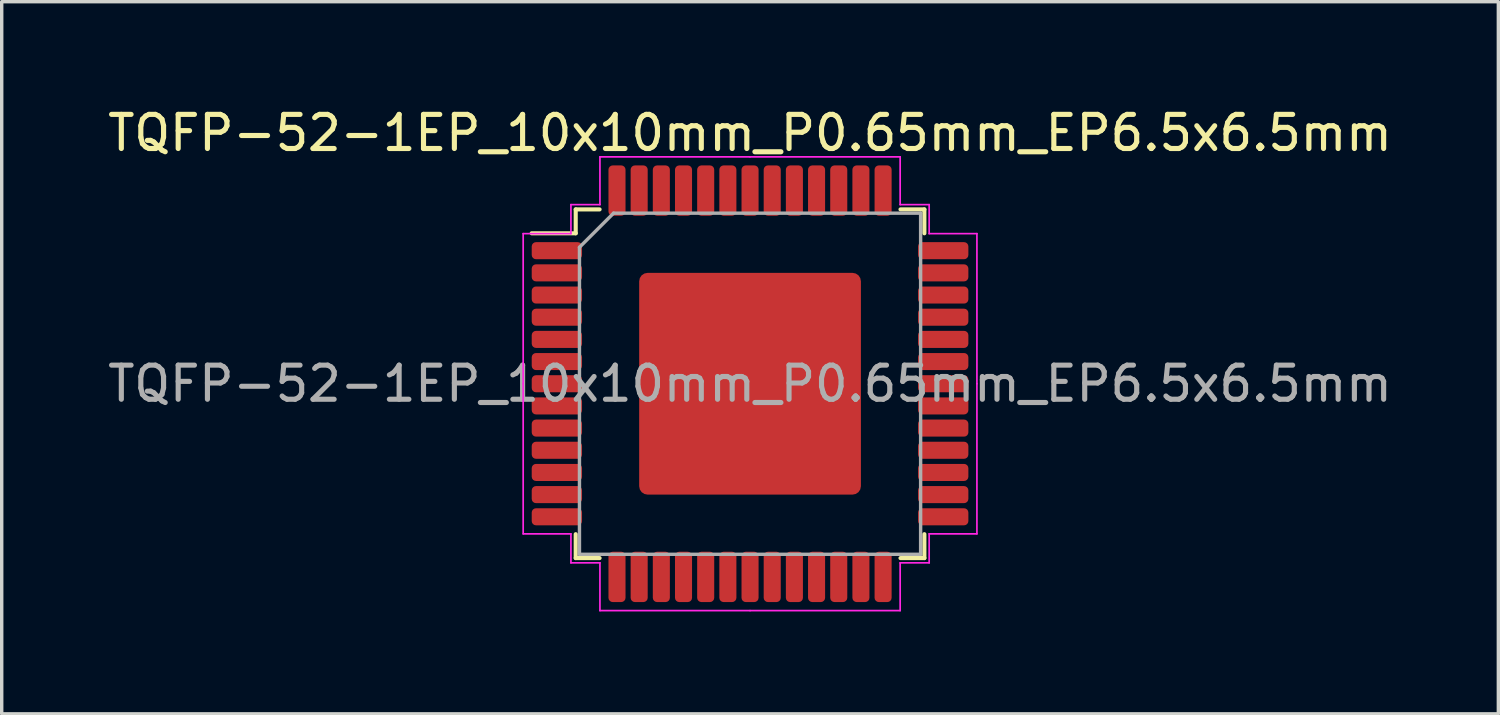
<source format=kicad_pcb>
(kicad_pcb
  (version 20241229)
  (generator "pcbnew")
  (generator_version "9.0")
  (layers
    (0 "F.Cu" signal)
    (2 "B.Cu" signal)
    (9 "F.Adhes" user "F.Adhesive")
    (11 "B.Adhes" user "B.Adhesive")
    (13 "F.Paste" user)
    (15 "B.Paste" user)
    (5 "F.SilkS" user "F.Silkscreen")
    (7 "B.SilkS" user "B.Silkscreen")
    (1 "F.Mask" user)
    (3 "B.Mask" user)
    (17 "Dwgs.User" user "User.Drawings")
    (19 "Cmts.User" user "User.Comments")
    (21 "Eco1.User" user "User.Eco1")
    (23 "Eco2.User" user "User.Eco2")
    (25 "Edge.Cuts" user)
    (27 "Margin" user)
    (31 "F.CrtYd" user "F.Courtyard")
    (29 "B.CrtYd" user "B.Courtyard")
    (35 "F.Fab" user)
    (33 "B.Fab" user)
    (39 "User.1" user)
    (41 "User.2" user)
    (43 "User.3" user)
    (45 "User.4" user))
  (footprint "TQFP-52-1EP_10x10mm_P0.65mm_EP6.5x6.5mm"
    (layer "F.Cu")
    (at 18.935 8.198)
    (property "Reference" "TQFP-52-1EP_10x10mm_P0.65mm_EP6.5x6.5mm" (at 0 -7.35 0) (layer "F.SilkS") (effects (font (size 1 1) (thickness 0.15))))
    (attr smd)
    (fp_line (start -5.11 -5.11) (end -5.11 -4.41) (stroke (width 0.12) (type solid)) (layer "F.SilkS"))
    (fp_line (start -5.11 -4.41) (end -6.4 -4.41) (stroke (width 0.12) (type solid)) (layer "F.SilkS"))
    (fp_line (start -5.11 5.11) (end -5.11 4.41) (stroke (width 0.12) (type solid)) (layer "F.SilkS"))
    (fp_line (start -4.41 -5.11) (end -5.11 -5.11) (stroke (width 0.12) (type solid)) (layer "F.SilkS"))
    (fp_line (start -4.41 5.11) (end -5.11 5.11) (stroke (width 0.12) (type solid)) (layer "F.SilkS"))
    (fp_line (start 4.41 -5.11) (end 5.11 -5.11) (stroke (width 0.12) (type solid)) (layer "F.SilkS"))
    (fp_line (start 4.41 5.11) (end 5.11 5.11) (stroke (width 0.12) (type solid)) (layer "F.SilkS"))
    (fp_line (start 5.11 -5.11) (end 5.11 -4.41) (stroke (width 0.12) (type solid)) (layer "F.SilkS"))
    (fp_line (start 5.11 5.11) (end 5.11 4.41) (stroke (width 0.12) (type solid)) (layer "F.SilkS"))
    (fp_line (start -6.65 -4.4) (end -6.65 0) (stroke (width 0.05) (type solid)) (layer "F.CrtYd"))
    (fp_line (start -6.65 4.4) (end -6.65 0) (stroke (width 0.05) (type solid)) (layer "F.CrtYd"))
    (fp_line (start -5.25 -5.25) (end -5.25 -4.4) (stroke (width 0.05) (type solid)) (layer "F.CrtYd"))
    (fp_line (start -5.25 -4.4) (end -6.65 -4.4) (stroke (width 0.05) (type solid)) (layer "F.CrtYd"))
    (fp_line (start -5.25 4.4) (end -6.65 4.4) (stroke (width 0.05) (type solid)) (layer "F.CrtYd"))
    (fp_line (start -5.25 5.25) (end -5.25 4.4) (stroke (width 0.05) (type solid)) (layer "F.CrtYd"))
    (fp_line (start -4.4 -6.65) (end -4.4 -5.25) (stroke (width 0.05) (type solid)) (layer "F.CrtYd"))
    (fp_line (start -4.4 -5.25) (end -5.25 -5.25) (stroke (width 0.05) (type solid)) (layer "F.CrtYd"))
    (fp_line (start -4.4 5.25) (end -5.25 5.25) (stroke (width 0.05) (type solid)) (layer "F.CrtYd"))
    (fp_line (start -4.4 6.65) (end -4.4 5.25) (stroke (width 0.05) (type solid)) (layer "F.CrtYd"))
    (fp_line (start 0 -6.65) (end -4.4 -6.65) (stroke (width 0.05) (type solid)) (layer "F.CrtYd"))
    (fp_line (start 0 -6.65) (end 4.4 -6.65) (stroke (width 0.05) (type solid)) (layer "F.CrtYd"))
    (fp_line (start 0 6.65) (end -4.4 6.65) (stroke (width 0.05) (type solid)) (layer "F.CrtYd"))
    (fp_line (start 0 6.65) (end 4.4 6.65) (stroke (width 0.05) (type solid)) (layer "F.CrtYd"))
    (fp_line (start 4.4 -6.65) (end 4.4 -5.25) (stroke (width 0.05) (type solid)) (layer "F.CrtYd"))
    (fp_line (start 4.4 -5.25) (end 5.25 -5.25) (stroke (width 0.05) (type solid)) (layer "F.CrtYd"))
    (fp_line (start 4.4 5.25) (end 5.25 5.25) (stroke (width 0.05) (type solid)) (layer "F.CrtYd"))
    (fp_line (start 4.4 6.65) (end 4.4 5.25) (stroke (width 0.05) (type solid)) (layer "F.CrtYd"))
    (fp_line (start 5.25 -5.25) (end 5.25 -4.4) (stroke (width 0.05) (type solid)) (layer "F.CrtYd"))
    (fp_line (start 5.25 -4.4) (end 6.65 -4.4) (stroke (width 0.05) (type solid)) (layer "F.CrtYd"))
    (fp_line (start 5.25 4.4) (end 6.65 4.4) (stroke (width 0.05) (type solid)) (layer "F.CrtYd"))
    (fp_line (start 5.25 5.25) (end 5.25 4.4) (stroke (width 0.05) (type solid)) (layer "F.CrtYd"))
    (fp_line (start 6.65 -4.4) (end 6.65 0) (stroke (width 0.05) (type solid)) (layer "F.CrtYd"))
    (fp_line (start 6.65 4.4) (end 6.65 0) (stroke (width 0.05) (type solid)) (layer "F.CrtYd"))
    (fp_line (start -5 -4) (end -4 -5) (stroke (width 0.1) (type solid)) (layer "F.Fab"))
    (fp_line (start -5 5) (end -5 -4) (stroke (width 0.1) (type solid)) (layer "F.Fab"))
    (fp_line (start -4 -5) (end 5 -5) (stroke (width 0.1) (type solid)) (layer "F.Fab"))
    (fp_line (start 5 -5) (end 5 5) (stroke (width 0.1) (type solid)) (layer "F.Fab"))
    (fp_line (start 5 5) (end -5 5) (stroke (width 0.1) (type solid)) (layer "F.Fab"))
    (fp_text user "${REFERENCE}" (at 0 0 0) (layer "F.Fab") (effects (font (size 1 1) (thickness 0.15))))
    (pad "" smd roundrect (at -2.6 -2.6) (size 1.05 1.05) (layers "F.Paste") (roundrect_rratio 0.238))
    (pad "" smd roundrect (at -2.6 -1.3) (size 1.05 1.05) (layers "F.Paste") (roundrect_rratio 0.238))
    (pad "" smd roundrect (at -2.6 0) (size 1.05 1.05) (layers "F.Paste") (roundrect_rratio 0.238))
    (pad "" smd roundrect (at -2.6 1.3) (size 1.05 1.05) (layers "F.Paste") (roundrect_rratio 0.238))
    (pad "" smd roundrect (at -2.6 2.6) (size 1.05 1.05) (layers "F.Paste") (roundrect_rratio 0.238))
    (pad "" smd roundrect (at -1.3 -2.6) (size 1.05 1.05) (layers "F.Paste") (roundrect_rratio 0.238))
    (pad "" smd roundrect (at -1.3 -1.3) (size 1.05 1.05) (layers "F.Paste") (roundrect_rratio 0.238))
    (pad "" smd roundrect (at -1.3 0) (size 1.05 1.05) (layers "F.Paste") (roundrect_rratio 0.238))
    (pad "" smd roundrect (at -1.3 1.3) (size 1.05 1.05) (layers "F.Paste") (roundrect_rratio 0.238))
    (pad "" smd roundrect (at -1.3 2.6) (size 1.05 1.05) (layers "F.Paste") (roundrect_rratio 0.238))
    (pad "" smd roundrect (at 0 -2.6) (size 1.05 1.05) (layers "F.Paste") (roundrect_rratio 0.238))
    (pad "" smd roundrect (at 0 -1.3) (size 1.05 1.05) (layers "F.Paste") (roundrect_rratio 0.238))
    (pad "" smd roundrect (at 0 0) (size 1.05 1.05) (layers "F.Paste") (roundrect_rratio 0.238))
    (pad "" smd roundrect (at 0 1.3) (size 1.05 1.05) (layers "F.Paste") (roundrect_rratio 0.238))
    (pad "" smd roundrect (at 0 2.6) (size 1.05 1.05) (layers "F.Paste") (roundrect_rratio 0.238))
    (pad "" smd roundrect (at 1.3 -2.6) (size 1.05 1.05) (layers "F.Paste") (roundrect_rratio 0.238))
    (pad "" smd roundrect (at 1.3 -1.3) (size 1.05 1.05) (layers "F.Paste") (roundrect_rratio 0.238))
    (pad "" smd roundrect (at 1.3 0) (size 1.05 1.05) (layers "F.Paste") (roundrect_rratio 0.238))
    (pad "" smd roundrect (at 1.3 1.3) (size 1.05 1.05) (layers "F.Paste") (roundrect_rratio 0.238))
    (pad "" smd roundrect (at 1.3 2.6) (size 1.05 1.05) (layers "F.Paste") (roundrect_rratio 0.238))
    (pad "" smd roundrect (at 2.6 -2.6) (size 1.05 1.05) (layers "F.Paste") (roundrect_rratio 0.238))
    (pad "" smd roundrect (at 2.6 -1.3) (size 1.05 1.05) (layers "F.Paste") (roundrect_rratio 0.238))
    (pad "" smd roundrect (at 2.6 0) (size 1.05 1.05) (layers "F.Paste") (roundrect_rratio 0.238))
    (pad "" smd roundrect (at 2.6 1.3) (size 1.05 1.05) (layers "F.Paste") (roundrect_rratio 0.238))
    (pad "" smd roundrect (at 2.6 2.6) (size 1.05 1.05) (layers "F.Paste") (roundrect_rratio 0.238))
    (pad "1" smd roundrect (at -5.662 -3.9) (size 1.475 0.5) (layers "F.Cu" "F.Mask" "F.Paste") (roundrect_rratio 0.25))
    (pad "2" smd roundrect (at -5.662 -3.25) (size 1.475 0.5) (layers "F.Cu" "F.Mask" "F.Paste") (roundrect_rratio 0.25))
    (pad "3" smd roundrect (at -5.662 -2.6) (size 1.475 0.5) (layers "F.Cu" "F.Mask" "F.Paste") (roundrect_rratio 0.25))
    (pad "4" smd roundrect (at -5.662 -1.95) (size 1.475 0.5) (layers "F.Cu" "F.Mask" "F.Paste") (roundrect_rratio 0.25))
    (pad "5" smd roundrect (at -5.662 -1.3) (size 1.475 0.5) (layers "F.Cu" "F.Mask" "F.Paste") (roundrect_rratio 0.25))
    (pad "6" smd roundrect (at -5.662 -0.65) (size 1.475 0.5) (layers "F.Cu" "F.Mask" "F.Paste") (roundrect_rratio 0.25))
    (pad "7" smd roundrect (at -5.662 0) (size 1.475 0.5) (layers "F.Cu" "F.Mask" "F.Paste") (roundrect_rratio 0.25))
    (pad "8" smd roundrect (at -5.662 0.65) (size 1.475 0.5) (layers "F.Cu" "F.Mask" "F.Paste") (roundrect_rratio 0.25))
    (pad "9" smd roundrect (at -5.662 1.3) (size 1.475 0.5) (layers "F.Cu" "F.Mask" "F.Paste") (roundrect_rratio 0.25))
    (pad "10" smd roundrect (at -5.662 1.95) (size 1.475 0.5) (layers "F.Cu" "F.Mask" "F.Paste") (roundrect_rratio 0.25))
    (pad "11" smd roundrect (at -5.662 2.6) (size 1.475 0.5) (layers "F.Cu" "F.Mask" "F.Paste") (roundrect_rratio 0.25))
    (pad "12" smd roundrect (at -5.662 3.25) (size 1.475 0.5) (layers "F.Cu" "F.Mask" "F.Paste") (roundrect_rratio 0.25))
    (pad "13" smd roundrect (at -5.662 3.9) (size 1.475 0.5) (layers "F.Cu" "F.Mask" "F.Paste") (roundrect_rratio 0.25))
    (pad "14" smd roundrect (at -3.9 5.662) (size 0.5 1.475) (layers "F.Cu" "F.Mask" "F.Paste") (roundrect_rratio 0.25))
    (pad "15" smd roundrect (at -3.25 5.662) (size 0.5 1.475) (layers "F.Cu" "F.Mask" "F.Paste") (roundrect_rratio 0.25))
    (pad "16" smd roundrect (at -2.6 5.662) (size 0.5 1.475) (layers "F.Cu" "F.Mask" "F.Paste") (roundrect_rratio 0.25))
    (pad "17" smd roundrect (at -1.95 5.662) (size 0.5 1.475) (layers "F.Cu" "F.Mask" "F.Paste") (roundrect_rratio 0.25))
    (pad "18" smd roundrect (at -1.3 5.662) (size 0.5 1.475) (layers "F.Cu" "F.Mask" "F.Paste") (roundrect_rratio 0.25))
    (pad "19" smd roundrect (at -0.65 5.662) (size 0.5 1.475) (layers "F.Cu" "F.Mask" "F.Paste") (roundrect_rratio 0.25))
    (pad "20" smd roundrect (at 0 5.662) (size 0.5 1.475) (layers "F.Cu" "F.Mask" "F.Paste") (roundrect_rratio 0.25))
    (pad "21" smd roundrect (at 0.65 5.662) (size 0.5 1.475) (layers "F.Cu" "F.Mask" "F.Paste") (roundrect_rratio 0.25))
    (pad "22" smd roundrect (at 1.3 5.662) (size 0.5 1.475) (layers "F.Cu" "F.Mask" "F.Paste") (roundrect_rratio 0.25))
    (pad "23" smd roundrect (at 1.95 5.662) (size 0.5 1.475) (layers "F.Cu" "F.Mask" "F.Paste") (roundrect_rratio 0.25))
    (pad "24" smd roundrect (at 2.6 5.662) (size 0.5 1.475) (layers "F.Cu" "F.Mask" "F.Paste") (roundrect_rratio 0.25))
    (pad "25" smd roundrect (at 3.25 5.662) (size 0.5 1.475) (layers "F.Cu" "F.Mask" "F.Paste") (roundrect_rratio 0.25))
    (pad "26" smd roundrect (at 3.9 5.662) (size 0.5 1.475) (layers "F.Cu" "F.Mask" "F.Paste") (roundrect_rratio 0.25))
    (pad "27" smd roundrect (at 5.662 3.9) (size 1.475 0.5) (layers "F.Cu" "F.Mask" "F.Paste") (roundrect_rratio 0.25))
    (pad "28" smd roundrect (at 5.662 3.25) (size 1.475 0.5) (layers "F.Cu" "F.Mask" "F.Paste") (roundrect_rratio 0.25))
    (pad "29" smd roundrect (at 5.662 2.6) (size 1.475 0.5) (layers "F.Cu" "F.Mask" "F.Paste") (roundrect_rratio 0.25))
    (pad "30" smd roundrect (at 5.662 1.95) (size 1.475 0.5) (layers "F.Cu" "F.Mask" "F.Paste") (roundrect_rratio 0.25))
    (pad "31" smd roundrect (at 5.662 1.3) (size 1.475 0.5) (layers "F.Cu" "F.Mask" "F.Paste") (roundrect_rratio 0.25))
    (pad "32" smd roundrect (at 5.662 0.65) (size 1.475 0.5) (layers "F.Cu" "F.Mask" "F.Paste") (roundrect_rratio 0.25))
    (pad "33" smd roundrect (at 5.662 0) (size 1.475 0.5) (layers "F.Cu" "F.Mask" "F.Paste") (roundrect_rratio 0.25))
    (pad "34" smd roundrect (at 5.662 -0.65) (size 1.475 0.5) (layers "F.Cu" "F.Mask" "F.Paste") (roundrect_rratio 0.25))
    (pad "35" smd roundrect (at 5.662 -1.3) (size 1.475 0.5) (layers "F.Cu" "F.Mask" "F.Paste") (roundrect_rratio 0.25))
    (pad "36" smd roundrect (at 5.662 -1.95) (size 1.475 0.5) (layers "F.Cu" "F.Mask" "F.Paste") (roundrect_rratio 0.25))
    (pad "37" smd roundrect (at 5.662 -2.6) (size 1.475 0.5) (layers "F.Cu" "F.Mask" "F.Paste") (roundrect_rratio 0.25))
    (pad "38" smd roundrect (at 5.662 -3.25) (size 1.475 0.5) (layers "F.Cu" "F.Mask" "F.Paste") (roundrect_rratio 0.25))
    (pad "39" smd roundrect (at 5.662 -3.9) (size 1.475 0.5) (layers "F.Cu" "F.Mask" "F.Paste") (roundrect_rratio 0.25))
    (pad "40" smd roundrect (at 3.9 -5.662) (size 0.5 1.475) (layers "F.Cu" "F.Mask" "F.Paste") (roundrect_rratio 0.25))
    (pad "41" smd roundrect (at 3.25 -5.662) (size 0.5 1.475) (layers "F.Cu" "F.Mask" "F.Paste") (roundrect_rratio 0.25))
    (pad "42" smd roundrect (at 2.6 -5.662) (size 0.5 1.475) (layers "F.Cu" "F.Mask" "F.Paste") (roundrect_rratio 0.25))
    (pad "43" smd roundrect (at 1.95 -5.662) (size 0.5 1.475) (layers "F.Cu" "F.Mask" "F.Paste") (roundrect_rratio 0.25))
    (pad "44" smd roundrect (at 1.3 -5.662) (size 0.5 1.475) (layers "F.Cu" "F.Mask" "F.Paste") (roundrect_rratio 0.25))
    (pad "45" smd roundrect (at 0.65 -5.662) (size 0.5 1.475) (layers "F.Cu" "F.Mask" "F.Paste") (roundrect_rratio 0.25))
    (pad "46" smd roundrect (at 0 -5.662) (size 0.5 1.475) (layers "F.Cu" "F.Mask" "F.Paste") (roundrect_rratio 0.25))
    (pad "47" smd roundrect (at -0.65 -5.662) (size 0.5 1.475) (layers "F.Cu" "F.Mask" "F.Paste") (roundrect_rratio 0.25))
    (pad "48" smd roundrect (at -1.3 -5.662) (size 0.5 1.475) (layers "F.Cu" "F.Mask" "F.Paste") (roundrect_rratio 0.25))
    (pad "49" smd roundrect (at -1.95 -5.662) (size 0.5 1.475) (layers "F.Cu" "F.Mask" "F.Paste") (roundrect_rratio 0.25))
    (pad "50" smd roundrect (at -2.6 -5.662) (size 0.5 1.475) (layers "F.Cu" "F.Mask" "F.Paste") (roundrect_rratio 0.25))
    (pad "51" smd roundrect (at -3.25 -5.662) (size 0.5 1.475) (layers "F.Cu" "F.Mask" "F.Paste") (roundrect_rratio 0.25))
    (pad "52" smd roundrect (at -3.9 -5.662) (size 0.5 1.475) (layers "F.Cu" "F.Mask" "F.Paste") (roundrect_rratio 0.25))
    (pad "53" smd roundrect (at 0 0) (size 6.5 6.5) (layers "F.Cu" "F.Mask") (roundrect_rratio 0.038)))
  (gr_rect
    (start -3 -3)
    (end 40.869 17.873)
    (stroke (width 0.1) (type default))
    (fill no)
    (layer "Edge.Cuts")))
</source>
